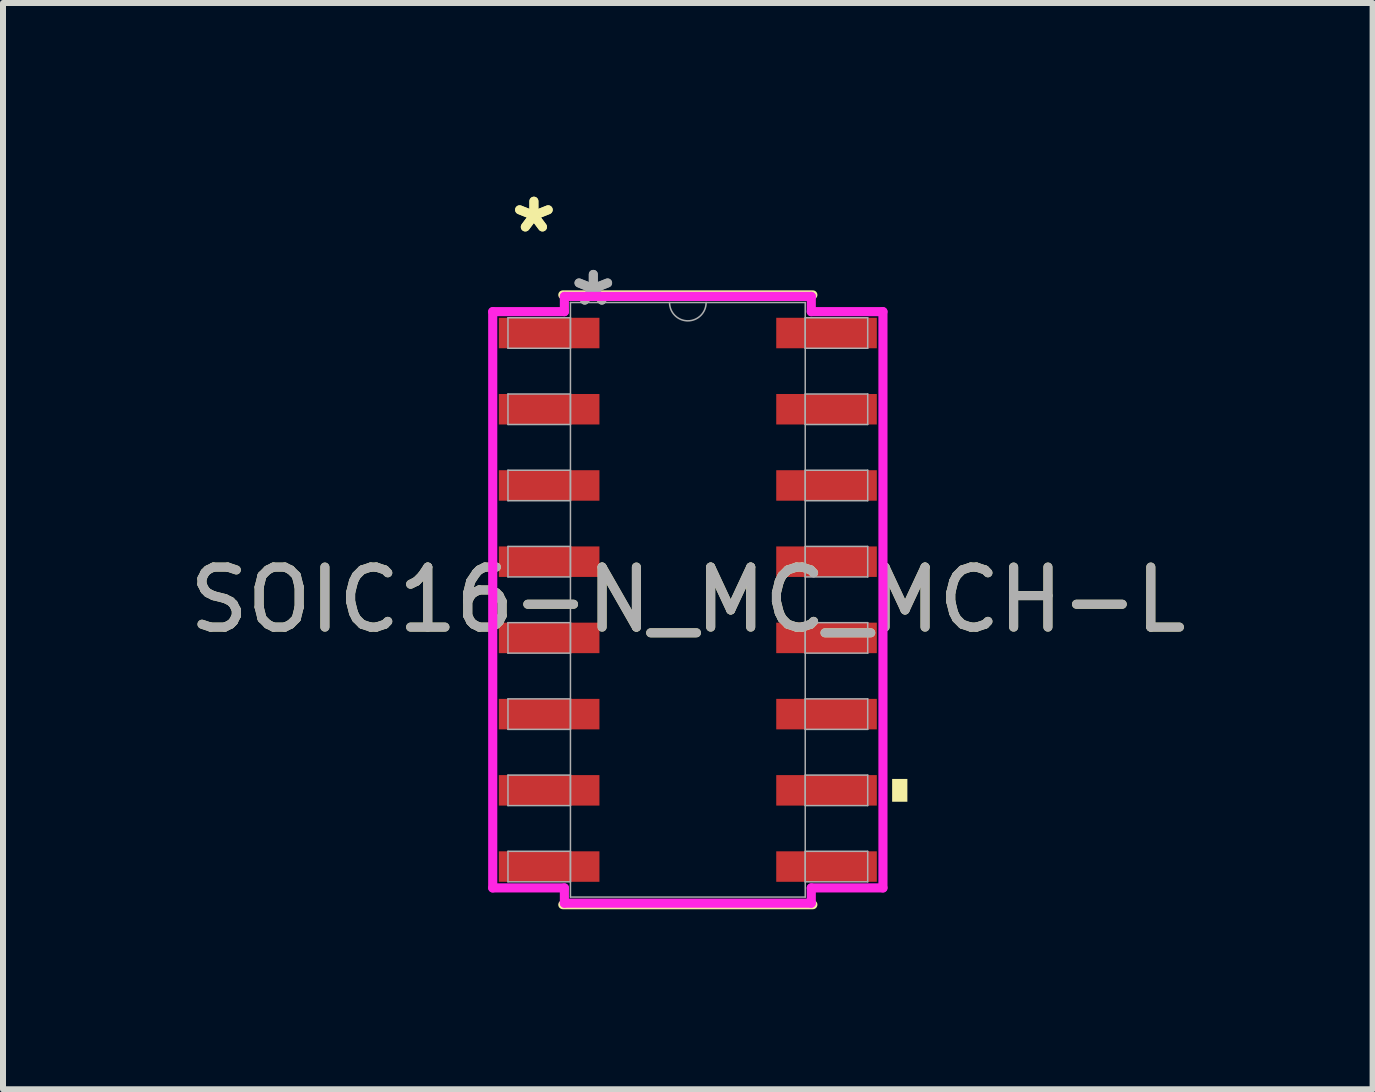
<source format=kicad_pcb>
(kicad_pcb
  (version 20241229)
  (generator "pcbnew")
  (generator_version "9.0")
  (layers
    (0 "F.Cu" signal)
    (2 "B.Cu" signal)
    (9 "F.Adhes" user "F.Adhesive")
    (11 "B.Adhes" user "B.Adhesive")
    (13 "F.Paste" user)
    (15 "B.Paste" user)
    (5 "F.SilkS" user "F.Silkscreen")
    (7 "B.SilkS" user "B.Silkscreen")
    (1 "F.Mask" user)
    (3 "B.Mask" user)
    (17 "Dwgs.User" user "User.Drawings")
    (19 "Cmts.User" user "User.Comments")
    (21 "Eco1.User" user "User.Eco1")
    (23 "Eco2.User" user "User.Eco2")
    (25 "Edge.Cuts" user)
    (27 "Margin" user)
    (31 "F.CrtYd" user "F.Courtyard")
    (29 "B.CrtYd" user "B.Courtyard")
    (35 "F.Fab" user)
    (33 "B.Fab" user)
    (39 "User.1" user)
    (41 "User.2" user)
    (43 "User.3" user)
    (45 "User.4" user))
  (footprint "SOIC16-N_MC_MCH-L"
    (layer "F.Cu")
    (at 8.411 6.944)
    (property "Reference" "SOIC16-N_MC_MCH-L" (at 0 0 0) (unlocked yes) (layer "F.SilkS") (effects (font (size 1 1) (thickness 0.15))))
    (attr smd)
    (fp_line (start -2.083 5.08) (end 2.083 5.08) (stroke (width 0.152) (type solid)) (layer "F.SilkS"))
    (fp_line (start 2.083 -5.08) (end -2.083 -5.08) (stroke (width 0.152) (type solid)) (layer "F.SilkS"))
    (fp_poly (pts (xy 3.658 2.985) (xy 3.658 3.365) (xy 3.404 3.365) (xy 3.404 2.985)) (stroke (width 0) (type solid)) (fill yes) (layer "F.SilkS"))
    (fp_line (start -3.251 -4.801) (end -2.057 -4.801) (stroke (width 0.152) (type solid)) (layer "F.CrtYd"))
    (fp_line (start -3.251 4.801) (end -3.251 -4.801) (stroke (width 0.152) (type solid)) (layer "F.CrtYd"))
    (fp_line (start -3.251 4.801) (end -2.057 4.801) (stroke (width 0.152) (type solid)) (layer "F.CrtYd"))
    (fp_line (start -2.057 -5.055) (end 2.057 -5.055) (stroke (width 0.152) (type solid)) (layer "F.CrtYd"))
    (fp_line (start -2.057 -4.801) (end -2.057 -5.055) (stroke (width 0.152) (type solid)) (layer "F.CrtYd"))
    (fp_line (start -2.057 5.055) (end -2.057 4.801) (stroke (width 0.152) (type solid)) (layer "F.CrtYd"))
    (fp_line (start 2.057 -5.055) (end 2.057 -4.801) (stroke (width 0.152) (type solid)) (layer "F.CrtYd"))
    (fp_line (start 2.057 4.801) (end 2.057 5.055) (stroke (width 0.152) (type solid)) (layer "F.CrtYd"))
    (fp_line (start 2.057 5.055) (end -2.057 5.055) (stroke (width 0.152) (type solid)) (layer "F.CrtYd"))
    (fp_line (start 3.251 -4.801) (end 2.057 -4.801) (stroke (width 0.152) (type solid)) (layer "F.CrtYd"))
    (fp_line (start 3.251 -4.801) (end 3.251 4.801) (stroke (width 0.152) (type solid)) (layer "F.CrtYd"))
    (fp_line (start 3.251 4.801) (end 2.057 4.801) (stroke (width 0.152) (type solid)) (layer "F.CrtYd"))
    (fp_line (start -2.997 -4.699) (end -2.997 -4.191) (stroke (width 0.025) (type solid)) (layer "F.Fab"))
    (fp_line (start -2.997 -4.191) (end -1.956 -4.191) (stroke (width 0.025) (type solid)) (layer "F.Fab"))
    (fp_line (start -2.997 -3.429) (end -2.997 -2.921) (stroke (width 0.025) (type solid)) (layer "F.Fab"))
    (fp_line (start -2.997 -2.921) (end -1.956 -2.921) (stroke (width 0.025) (type solid)) (layer "F.Fab"))
    (fp_line (start -2.997 -2.159) (end -2.997 -1.651) (stroke (width 0.025) (type solid)) (layer "F.Fab"))
    (fp_line (start -2.997 -1.651) (end -1.956 -1.651) (stroke (width 0.025) (type solid)) (layer "F.Fab"))
    (fp_line (start -2.997 -0.889) (end -2.997 -0.381) (stroke (width 0.025) (type solid)) (layer "F.Fab"))
    (fp_line (start -2.997 -0.381) (end -1.956 -0.381) (stroke (width 0.025) (type solid)) (layer "F.Fab"))
    (fp_line (start -2.997 0.381) (end -2.997 0.889) (stroke (width 0.025) (type solid)) (layer "F.Fab"))
    (fp_line (start -2.997 0.889) (end -1.956 0.889) (stroke (width 0.025) (type solid)) (layer "F.Fab"))
    (fp_line (start -2.997 1.651) (end -2.997 2.159) (stroke (width 0.025) (type solid)) (layer "F.Fab"))
    (fp_line (start -2.997 2.159) (end -1.956 2.159) (stroke (width 0.025) (type solid)) (layer "F.Fab"))
    (fp_line (start -2.997 2.921) (end -2.997 3.429) (stroke (width 0.025) (type solid)) (layer "F.Fab"))
    (fp_line (start -2.997 3.429) (end -1.956 3.429) (stroke (width 0.025) (type solid)) (layer "F.Fab"))
    (fp_line (start -2.997 4.191) (end -2.997 4.699) (stroke (width 0.025) (type solid)) (layer "F.Fab"))
    (fp_line (start -2.997 4.699) (end -1.956 4.699) (stroke (width 0.025) (type solid)) (layer "F.Fab"))
    (fp_line (start -1.956 -4.953) (end -1.956 4.953) (stroke (width 0.025) (type solid)) (layer "F.Fab"))
    (fp_line (start -1.956 -4.699) (end -2.997 -4.699) (stroke (width 0.025) (type solid)) (layer "F.Fab"))
    (fp_line (start -1.956 -4.191) (end -1.956 -4.699) (stroke (width 0.025) (type solid)) (layer "F.Fab"))
    (fp_line (start -1.956 -3.429) (end -2.997 -3.429) (stroke (width 0.025) (type solid)) (layer "F.Fab"))
    (fp_line (start -1.956 -2.921) (end -1.956 -3.429) (stroke (width 0.025) (type solid)) (layer "F.Fab"))
    (fp_line (start -1.956 -2.159) (end -2.997 -2.159) (stroke (width 0.025) (type solid)) (layer "F.Fab"))
    (fp_line (start -1.956 -1.651) (end -1.956 -2.159) (stroke (width 0.025) (type solid)) (layer "F.Fab"))
    (fp_line (start -1.956 -0.889) (end -2.997 -0.889) (stroke (width 0.025) (type solid)) (layer "F.Fab"))
    (fp_line (start -1.956 -0.381) (end -1.956 -0.889) (stroke (width 0.025) (type solid)) (layer "F.Fab"))
    (fp_line (start -1.956 0.381) (end -2.997 0.381) (stroke (width 0.025) (type solid)) (layer "F.Fab"))
    (fp_line (start -1.956 0.889) (end -1.956 0.381) (stroke (width 0.025) (type solid)) (layer "F.Fab"))
    (fp_line (start -1.956 1.651) (end -2.997 1.651) (stroke (width 0.025) (type solid)) (layer "F.Fab"))
    (fp_line (start -1.956 2.159) (end -1.956 1.651) (stroke (width 0.025) (type solid)) (layer "F.Fab"))
    (fp_line (start -1.956 2.921) (end -2.997 2.921) (stroke (width 0.025) (type solid)) (layer "F.Fab"))
    (fp_line (start -1.956 3.429) (end -1.956 2.921) (stroke (width 0.025) (type solid)) (layer "F.Fab"))
    (fp_line (start -1.956 4.191) (end -2.997 4.191) (stroke (width 0.025) (type solid)) (layer "F.Fab"))
    (fp_line (start -1.956 4.699) (end -1.956 4.191) (stroke (width 0.025) (type solid)) (layer "F.Fab"))
    (fp_line (start -1.956 4.953) (end 1.956 4.953) (stroke (width 0.025) (type solid)) (layer "F.Fab"))
    (fp_line (start 1.956 -4.953) (end -1.956 -4.953) (stroke (width 0.025) (type solid)) (layer "F.Fab"))
    (fp_line (start 1.956 -4.699) (end 1.956 -4.191) (stroke (width 0.025) (type solid)) (layer "F.Fab"))
    (fp_line (start 1.956 -4.191) (end 2.997 -4.191) (stroke (width 0.025) (type solid)) (layer "F.Fab"))
    (fp_line (start 1.956 -3.429) (end 1.956 -2.921) (stroke (width 0.025) (type solid)) (layer "F.Fab"))
    (fp_line (start 1.956 -2.921) (end 2.997 -2.921) (stroke (width 0.025) (type solid)) (layer "F.Fab"))
    (fp_line (start 1.956 -2.159) (end 1.956 -1.651) (stroke (width 0.025) (type solid)) (layer "F.Fab"))
    (fp_line (start 1.956 -1.651) (end 2.997 -1.651) (stroke (width 0.025) (type solid)) (layer "F.Fab"))
    (fp_line (start 1.956 -0.889) (end 1.956 -0.381) (stroke (width 0.025) (type solid)) (layer "F.Fab"))
    (fp_line (start 1.956 -0.381) (end 2.997 -0.381) (stroke (width 0.025) (type solid)) (layer "F.Fab"))
    (fp_line (start 1.956 0.381) (end 1.956 0.889) (stroke (width 0.025) (type solid)) (layer "F.Fab"))
    (fp_line (start 1.956 0.889) (end 2.997 0.889) (stroke (width 0.025) (type solid)) (layer "F.Fab"))
    (fp_line (start 1.956 1.651) (end 1.956 2.159) (stroke (width 0.025) (type solid)) (layer "F.Fab"))
    (fp_line (start 1.956 2.159) (end 2.997 2.159) (stroke (width 0.025) (type solid)) (layer "F.Fab"))
    (fp_line (start 1.956 2.921) (end 1.956 3.429) (stroke (width 0.025) (type solid)) (layer "F.Fab"))
    (fp_line (start 1.956 3.429) (end 2.997 3.429) (stroke (width 0.025) (type solid)) (layer "F.Fab"))
    (fp_line (start 1.956 4.191) (end 1.956 4.699) (stroke (width 0.025) (type solid)) (layer "F.Fab"))
    (fp_line (start 1.956 4.699) (end 2.997 4.699) (stroke (width 0.025) (type solid)) (layer "F.Fab"))
    (fp_line (start 1.956 4.953) (end 1.956 -4.953) (stroke (width 0.025) (type solid)) (layer "F.Fab"))
    (fp_line (start 2.997 -4.699) (end 1.956 -4.699) (stroke (width 0.025) (type solid)) (layer "F.Fab"))
    (fp_line (start 2.997 -4.191) (end 2.997 -4.699) (stroke (width 0.025) (type solid)) (layer "F.Fab"))
    (fp_line (start 2.997 -3.429) (end 1.956 -3.429) (stroke (width 0.025) (type solid)) (layer "F.Fab"))
    (fp_line (start 2.997 -2.921) (end 2.997 -3.429) (stroke (width 0.025) (type solid)) (layer "F.Fab"))
    (fp_line (start 2.997 -2.159) (end 1.956 -2.159) (stroke (width 0.025) (type solid)) (layer "F.Fab"))
    (fp_line (start 2.997 -1.651) (end 2.997 -2.159) (stroke (width 0.025) (type solid)) (layer "F.Fab"))
    (fp_line (start 2.997 -0.889) (end 1.956 -0.889) (stroke (width 0.025) (type solid)) (layer "F.Fab"))
    (fp_line (start 2.997 -0.381) (end 2.997 -0.889) (stroke (width 0.025) (type solid)) (layer "F.Fab"))
    (fp_line (start 2.997 0.381) (end 1.956 0.381) (stroke (width 0.025) (type solid)) (layer "F.Fab"))
    (fp_line (start 2.997 0.889) (end 2.997 0.381) (stroke (width 0.025) (type solid)) (layer "F.Fab"))
    (fp_line (start 2.997 1.651) (end 1.956 1.651) (stroke (width 0.025) (type solid)) (layer "F.Fab"))
    (fp_line (start 2.997 2.159) (end 2.997 1.651) (stroke (width 0.025) (type solid)) (layer "F.Fab"))
    (fp_line (start 2.997 2.921) (end 1.956 2.921) (stroke (width 0.025) (type solid)) (layer "F.Fab"))
    (fp_line (start 2.997 3.429) (end 2.997 2.921) (stroke (width 0.025) (type solid)) (layer "F.Fab"))
    (fp_line (start 2.997 4.191) (end 1.956 4.191) (stroke (width 0.025) (type solid)) (layer "F.Fab"))
    (fp_line (start 2.997 4.699) (end 2.997 4.191) (stroke (width 0.025) (type solid)) (layer "F.Fab"))
    (fp_arc (start 0.3048 -4.953) (mid 0 -4.6482) (end -0.3048 -4.953) (stroke (width 0.0254) (type solid)) (layer "F.Fab"))
    (fp_text user "*" (at -2.565 -6.096 0) (unlocked yes) (layer "F.SilkS") (effects (font (size 1 1) (thickness 0.15))))
    (fp_text user "*" (at -2.565 -6.096 0) (layer "F.SilkS") (effects (font (size 1 1) (thickness 0.15))))
    (fp_text user "${REFERENCE}" (at 0 0 0) (unlocked yes) (layer "F.Fab") (effects (font (size 1 1) (thickness 0.15))))
    (fp_text user "*" (at -1.575 -4.877 0) (layer "F.Fab") (effects (font (size 1 1) (thickness 0.15))))
    (fp_text user "*" (at -1.575 -4.877 0) (unlocked yes) (layer "F.Fab") (effects (font (size 1 1) (thickness 0.15))))
    (pad "1" smd rect (at -2.311 -4.445) (size 1.676 0.508) (layers "F.Cu" "F.Mask" "F.Paste"))
    (pad "2" smd rect (at -2.311 -3.175) (size 1.676 0.508) (layers "F.Cu" "F.Mask" "F.Paste"))
    (pad "3" smd rect (at -2.311 -1.905) (size 1.676 0.508) (layers "F.Cu" "F.Mask" "F.Paste"))
    (pad "4" smd rect (at -2.311 -0.635) (size 1.676 0.508) (layers "F.Cu" "F.Mask" "F.Paste"))
    (pad "5" smd rect (at -2.311 0.635) (size 1.676 0.508) (layers "F.Cu" "F.Mask" "F.Paste"))
    (pad "6" smd rect (at -2.311 1.905) (size 1.676 0.508) (layers "F.Cu" "F.Mask" "F.Paste"))
    (pad "7" smd rect (at -2.311 3.175) (size 1.676 0.508) (layers "F.Cu" "F.Mask" "F.Paste"))
    (pad "8" smd rect (at -2.311 4.445) (size 1.676 0.508) (layers "F.Cu" "F.Mask" "F.Paste"))
    (pad "9" smd rect (at 2.311 4.445) (size 1.676 0.508) (layers "F.Cu" "F.Mask" "F.Paste"))
    (pad "10" smd rect (at 2.311 3.175) (size 1.676 0.508) (layers "F.Cu" "F.Mask" "F.Paste"))
    (pad "11" smd rect (at 2.311 1.905) (size 1.676 0.508) (layers "F.Cu" "F.Mask" "F.Paste"))
    (pad "12" smd rect (at 2.311 0.635) (size 1.676 0.508) (layers "F.Cu" "F.Mask" "F.Paste"))
    (pad "13" smd rect (at 2.311 -0.635) (size 1.676 0.508) (layers "F.Cu" "F.Mask" "F.Paste"))
    (pad "14" smd rect (at 2.311 -1.905) (size 1.676 0.508) (layers "F.Cu" "F.Mask" "F.Paste"))
    (pad "15" smd rect (at 2.311 -3.175) (size 1.676 0.508) (layers "F.Cu" "F.Mask" "F.Paste"))
    (pad "16" smd rect (at 2.311 -4.445) (size 1.676 0.508) (layers "F.Cu" "F.Mask" "F.Paste")))
  (gr_rect
    (start -3 -3)
    (end 19.821 15.1)
    (stroke (width 0.1) (type default))
    (fill no)
    (layer "Edge.Cuts")))
</source>
